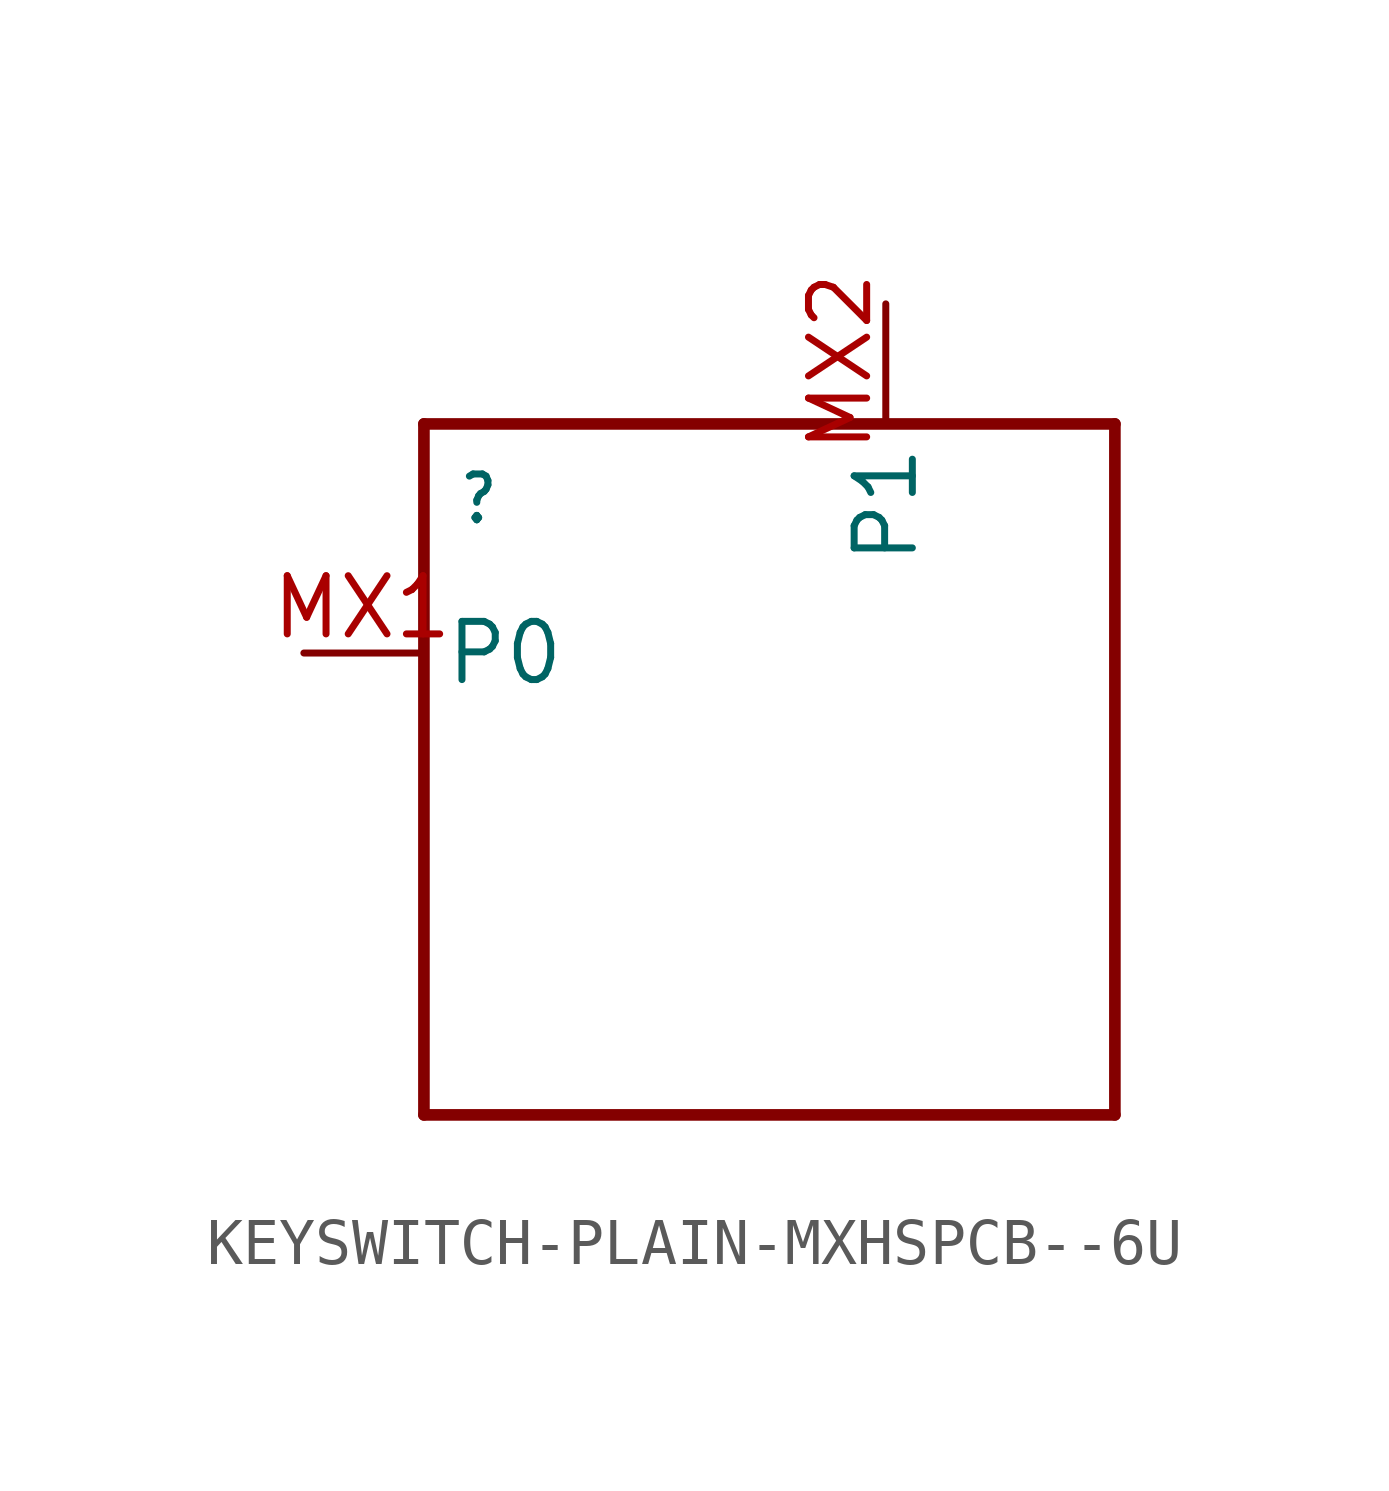
<source format=kicad_sym>
(kicad_symbol_lib
  (version 20211014)
  (generator kicad_symbol_editor)
  (symbol "KEYSWITCH-PLAIN-MXHSPCB--6U"
    (property "Reference" ""
      (at -6.81 5.318 0)
      (effects (font (size 1 0.85)) (justify left bottom)))
    (property "ki_locked" ""
      (at 0 0 0)
      (effects (font (size 1.27 1.27))))
    (symbol "KEYSWITCH-PLAIN-MXHSPCB--6U_1_0"
      (polyline (pts (xy -7.54 -7.54) (xy -7.54 7.54)) (stroke (width 0.254) (type default) (color 0 0 0 0)) (fill (type none)))
      (polyline (pts (xy -7.54 7.54) (xy 7.54 7.54)) (stroke (width 0.254) (type default) (color 0 0 0 0)) (fill (type none)))
      (polyline (pts (xy 7.54 -7.54) (xy -7.54 -7.54)) (stroke (width 0.254) (type default) (color 0 0 0 0)) (fill (type none)))
      (polyline (pts (xy 7.54 7.54) (xy 7.54 -7.54)) (stroke (width 0.254) (type default) (color 0 0 0 0)) (fill (type none)))
      (pin bidirectional line (at -10.16 2.54 0) (length 2.54) (name "P0" (effects (font (size 1.27 1.27)))) (number "MX1" (effects (font (size 1.27 1.27)))))
      (pin bidirectional line (at 2.54 10.16 270) (length 2.54) (name "P1" (effects (font (size 1.27 1.27)))) (number "MX2" (effects (font (size 1.27 1.27))))))))
</source>
